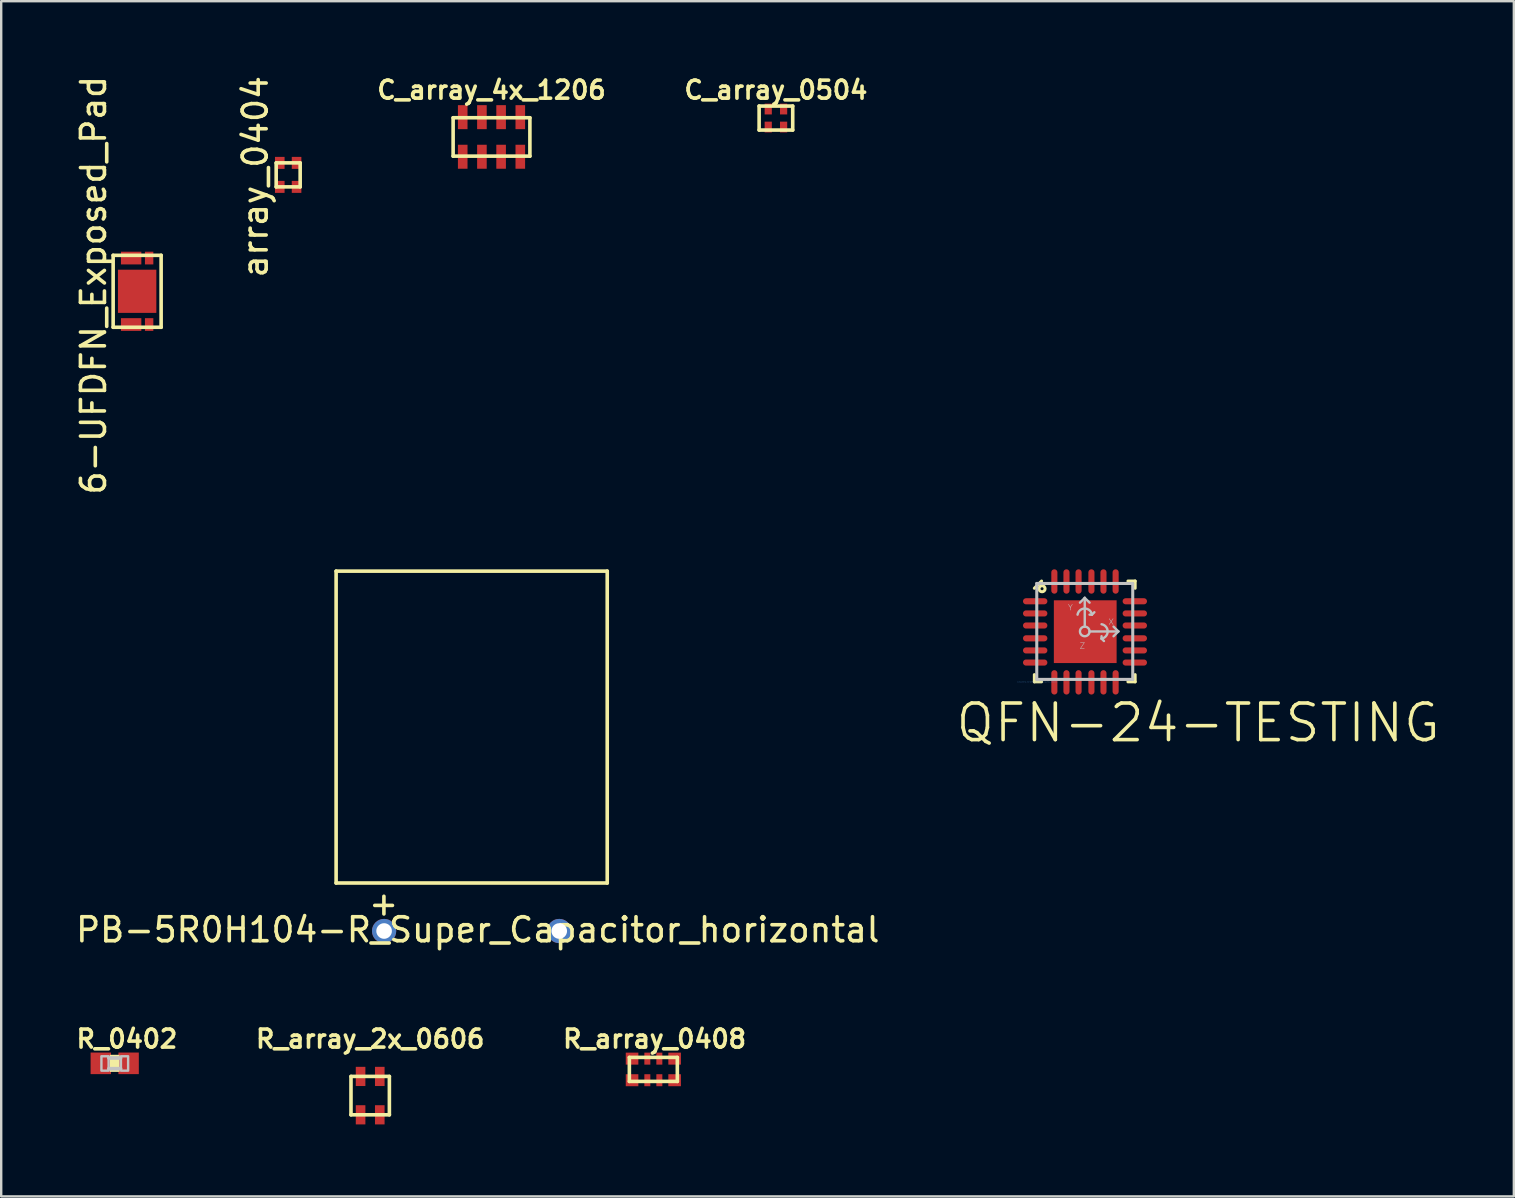
<source format=kicad_pcb>
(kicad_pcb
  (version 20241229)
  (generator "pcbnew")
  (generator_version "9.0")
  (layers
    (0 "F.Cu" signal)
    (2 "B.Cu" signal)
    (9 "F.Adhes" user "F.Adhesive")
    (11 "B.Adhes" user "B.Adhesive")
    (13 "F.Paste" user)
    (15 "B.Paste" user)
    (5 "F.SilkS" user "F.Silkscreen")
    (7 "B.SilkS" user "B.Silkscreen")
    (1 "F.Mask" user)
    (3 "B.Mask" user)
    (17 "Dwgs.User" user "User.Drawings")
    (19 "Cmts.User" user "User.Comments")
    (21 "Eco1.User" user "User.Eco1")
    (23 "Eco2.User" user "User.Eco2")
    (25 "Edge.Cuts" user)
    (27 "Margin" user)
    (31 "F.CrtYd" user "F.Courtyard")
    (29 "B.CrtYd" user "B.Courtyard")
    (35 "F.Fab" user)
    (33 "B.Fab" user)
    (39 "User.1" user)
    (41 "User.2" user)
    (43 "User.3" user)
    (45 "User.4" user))
  (footprint "C_array_4x_1206"
    (layer "F.Cu")
    (at 17.436 2.658)
    (property "Reference" "C_array_4x_1206" (at 0 -1.956 0) (layer "F.SilkS") (effects (font (size 0.75 0.75) (thickness 0.15))))
    (attr through_hole)
    (fp_line (start -1.6 -0.8) (end -1.6 0.8) (stroke (width 0.15) (type solid)) (layer "F.SilkS"))
    (fp_line (start -1.6 -0.8) (end 1.6 -0.8) (stroke (width 0.15) (type solid)) (layer "F.SilkS"))
    (fp_line (start 1.6 -0.8) (end 1.6 0.8) (stroke (width 0.15) (type solid)) (layer "F.SilkS"))
    (fp_line (start 1.6 0.8) (end -1.6 0.8) (stroke (width 0.15) (type solid)) (layer "F.SilkS"))
    (pad "1" smd rect (at -1.2 -0.825) (size 0.4 1) (layers "F.Cu" "F.Mask" "F.Paste"))
    (pad "2" smd rect (at -1.2 0.825) (size 0.4 1) (layers "F.Cu" "F.Mask" "F.Paste"))
    (pad "3" smd rect (at -0.4 -0.825) (size 0.4 1) (layers "F.Cu" "F.Mask" "F.Paste"))
    (pad "4" smd rect (at -0.4 0.825) (size 0.4 1) (layers "F.Cu" "F.Mask" "F.Paste"))
    (pad "5" smd rect (at 0.4 -0.825) (size 0.4 1) (layers "F.Cu" "F.Mask" "F.Paste"))
    (pad "6" smd rect (at 0.4 0.825) (size 0.4 1) (layers "F.Cu" "F.Mask" "F.Paste"))
    (pad "7" smd rect (at 1.2 -0.825) (size 0.4 1) (layers "F.Cu" "F.Mask" "F.Paste"))
    (pad "8" smd rect (at 1.2 0.825) (size 0.4 1) (layers "F.Cu" "F.Mask" "F.Paste")))
  (footprint "PB-5R0H104-R_Super_Capacitor_horizontal"
    (layer "F.Cu")
    (at 16.609 35.754)
    (property "Reference" "PB-5R0H104-R_Super_Capacitor_horizontal" (at 0.254 -0.051 0) (layer "F.SilkS") (effects (font (size 1 1) (thickness 0.15))))
    (attr through_hole)
    (fp_line (start -5.65 -15) (end 5.65 -15) (stroke (width 0.15) (type solid)) (layer "F.SilkS"))
    (fp_line (start -5.65 -2) (end -5.65 -15) (stroke (width 0.15) (type solid)) (layer "F.SilkS"))
    (fp_line (start -4.039 -1.067) (end -3.302 -1.067) (stroke (width 0.15) (type solid)) (layer "F.SilkS"))
    (fp_line (start -3.658 -0.711) (end -3.658 -1.448) (stroke (width 0.15) (type solid)) (layer "F.SilkS"))
    (fp_line (start 5.65 -15) (end 5.65 -2) (stroke (width 0.15) (type solid)) (layer "F.SilkS"))
    (fp_line (start 5.65 -2) (end -5.65 -2) (stroke (width 0.15) (type solid)) (layer "F.SilkS"))
    (pad "1" thru_hole circle (at -3.65 0) (size 1.01 1.01) (drill 0.65) (layers "*.Cu" "*.Mask"))
    (pad "2" thru_hole circle (at 3.65 0) (size 1.01 1.01) (drill 0.65) (layers "*.Cu" "*.Mask")))
  (footprint "C_array_0504"
    (layer "F.Cu")
    (at 29.29 1.87)
    (property "Reference" "C_array_0504" (at 0 -1.168 0) (layer "F.SilkS") (effects (font (size 0.75 0.75) (thickness 0.15))))
    (attr through_hole)
    (fp_line (start -0.7 -0.5) (end -0.7 0.5) (stroke (width 0.15) (type solid)) (layer "F.SilkS"))
    (fp_line (start -0.7 -0.5) (end 0.7 -0.5) (stroke (width 0.15) (type solid)) (layer "F.SilkS"))
    (fp_line (start -0.7 0.5) (end 0.7 0.5) (stroke (width 0.15) (type solid)) (layer "F.SilkS"))
    (fp_line (start 0.7 -0.5) (end 0.7 0.5) (stroke (width 0.15) (type solid)) (layer "F.SilkS"))
    (pad "1" smd rect (at -0.32 -0.375) (size 0.3 0.45) (layers "F.Cu" "F.Mask" "F.Paste"))
    (pad "2" smd rect (at -0.32 0.375) (size 0.3 0.45) (layers "F.Cu" "F.Mask" "F.Paste"))
    (pad "3" smd rect (at 0.32 -0.375) (size 0.3 0.45) (layers "F.Cu" "F.Mask" "F.Paste"))
    (pad "4" smd rect (at 0.32 0.375) (size 0.3 0.45) (layers "F.Cu" "F.Mask" "F.Paste")))
  (footprint "R_array_2x_0606"
    (layer "F.Cu")
    (at 12.379 42.615)
    (property "Reference" "R_array_2x_0606" (at 0 -2.362 0) (layer "F.SilkS") (effects (font (size 0.75 0.75) (thickness 0.15))))
    (attr through_hole)
    (fp_line (start -0.8 -0.8) (end -0.8 0.8) (stroke (width 0.15) (type solid)) (layer "F.SilkS"))
    (fp_line (start -0.8 -0.8) (end 0.8 -0.8) (stroke (width 0.15) (type solid)) (layer "F.SilkS"))
    (fp_line (start -0.8 0.8) (end 0.8 0.8) (stroke (width 0.15) (type solid)) (layer "F.SilkS"))
    (fp_line (start 0.8 -0.8) (end 0.8 0.8) (stroke (width 0.15) (type solid)) (layer "F.SilkS"))
    (pad "1" smd rect (at -0.4 -0.8) (size 0.4 0.8) (layers "F.Cu" "F.Mask" "F.Paste"))
    (pad "2" smd rect (at -0.4 0.8) (size 0.4 0.8) (layers "F.Cu" "F.Mask" "F.Paste"))
    (pad "3" smd rect (at 0.4 -0.8) (size 0.4 0.8) (layers "F.Cu" "F.Mask" "F.Paste"))
    (pad "4" smd rect (at 0.4 0.8) (size 0.4 0.8) (layers "F.Cu" "F.Mask" "F.Paste")))
  (footprint "R_array_0408"
    (layer "F.Cu")
    (at 24.181 41.523)
    (property "Reference" "R_array_0408" (at 0.051 -1.27 0) (layer "F.SilkS") (effects (font (size 0.75 0.75) (thickness 0.15))))
    (attr through_hole)
    (fp_line (start -1 -0.5) (end -1 0.5) (stroke (width 0.15) (type solid)) (layer "F.SilkS"))
    (fp_line (start -1 -0.5) (end 1 -0.5) (stroke (width 0.15) (type solid)) (layer "F.SilkS"))
    (fp_line (start -1 0.5) (end 1 0.5) (stroke (width 0.15) (type solid)) (layer "F.SilkS"))
    (fp_line (start 1 -0.5) (end 1 0.5) (stroke (width 0.15) (type solid)) (layer "F.SilkS"))
    (pad "1" smd rect (at -0.887 -0.45) (size 0.525 0.5) (layers "F.Cu" "F.Mask" "F.Paste"))
    (pad "2" smd rect (at -0.887 0.45) (size 0.525 0.5) (layers "F.Cu" "F.Mask" "F.Paste"))
    (pad "3" smd rect (at -0.25 -0.45) (size 0.25 0.5) (layers "F.Cu" "F.Mask" "F.Paste"))
    (pad "4" smd rect (at -0.25 0.45) (size 0.25 0.5) (layers "F.Cu" "F.Mask" "F.Paste"))
    (pad "5" smd rect (at 0.25 -0.45) (size 0.25 0.5) (layers "F.Cu" "F.Mask" "F.Paste"))
    (pad "6" smd rect (at 0.25 0.45) (size 0.25 0.5) (layers "F.Cu" "F.Mask" "F.Paste"))
    (pad "7" smd rect (at 0.887 -0.45) (size 0.525 0.5) (layers "F.Cu" "F.Mask" "F.Paste"))
    (pad "8" smd rect (at 0.887 0.45) (size 0.525 0.5) (layers "F.Cu" "F.Mask" "F.Paste")))
  (footprint "array_0404"
    (layer "F.Cu")
    (at 8.961 4.239)
    (property "Reference" "array_0404" (at -1.372 0.076 90) (layer "F.SilkS") (effects (font (size 1 1) (thickness 0.15))))
    (attr through_hole)
    (fp_line (start -0.5 -0.5) (end -0.5 0.5) (stroke (width 0.15) (type solid)) (layer "F.SilkS"))
    (fp_line (start -0.5 -0.5) (end 0.5 -0.5) (stroke (width 0.15) (type solid)) (layer "F.SilkS"))
    (fp_line (start 0.5 -0.5) (end 0.5 0.5) (stroke (width 0.15) (type solid)) (layer "F.SilkS"))
    (fp_line (start 0.5 0.5) (end -0.5 0.5) (stroke (width 0.15) (type solid)) (layer "F.SilkS"))
    (pad "1" smd rect (at -0.35 -0.5) (size 0.4 0.5) (layers "F.Cu" "F.Mask" "F.Paste"))
    (pad "2" smd rect (at -0.35 0.5) (size 0.4 0.5) (layers "F.Cu" "F.Mask" "F.Paste"))
    (pad "3" smd rect (at 0.35 -0.5) (size 0.4 0.5) (layers "F.Cu" "F.Mask" "F.Paste"))
    (pad "4" smd rect (at 0.35 0.5) (size 0.4 0.5) (layers "F.Cu" "F.Mask" "F.Paste")))
  (footprint "R_0402"
    (layer "F.Cu")
    (at 1.731 41.269)
    (property "Reference" "R_0402" (at 0.508 -1.016 0) (layer "F.SilkS") (effects (font (size 0.75 0.75) (thickness 0.15))))
    (attr through_hole)
    (fp_poly (pts (xy -0.203 0.356) (xy 0.203 0.356) (xy 0.203 -0.356) (xy -0.203 -0.356)) (stroke (width 0) (type solid)) (fill yes) (layer "F.SilkS"))
    (fp_poly (pts (xy -0.2 0.3) (xy 0.2 0.3) (xy 0.2 -0.3) (xy -0.2 -0.3)) (stroke (width 0) (type solid)) (fill yes) (layer "F.Adhes"))
    (fp_line (start -0.245 -0.224) (end 0.245 -0.224) (stroke (width 0.152) (type solid)) (layer "Dwgs.User"))
    (fp_line (start 0.245 0.224) (end -0.245 0.224) (stroke (width 0.152) (type solid)) (layer "Dwgs.User"))
    (fp_poly (pts (xy -0.554 0.305) (xy -0.254 0.305) (xy -0.254 -0.295) (xy -0.554 -0.295)) (stroke (width 0.1) (type solid)) (fill no) (layer "Dwgs.User"))
    (fp_poly (pts (xy 0.259 0.305) (xy 0.559 0.305) (xy 0.559 -0.295) (xy 0.259 -0.295)) (stroke (width 0.1) (type solid)) (fill no) (layer "Dwgs.User"))
    (pad "1" smd rect (at -0.58 0) (size 0.85 0.9) (layers "F.Cu" "F.Mask" "F.Paste"))
    (pad "2" smd rect (at 0.58 0) (size 0.85 0.9) (layers "F.Cu" "F.Mask" "F.Paste")))
  (footprint "QFN-24-TESTING"
    (layer "F.Cu")
    (at 42.162 23.268)
    (property "Reference" "QFN-24-TESTING" (at 4.724 3.81 0) (layer "F.SilkS") (effects (font (size 1.524 1.524) (thickness 0.15))))
    (attr through_hole)
    (fp_line (start -2.1 -1.8) (end -1.8 -2.1) (stroke (width 0.127) (type solid)) (layer "F.SilkS"))
    (fp_line (start -2.1 2.1) (end -2.1 1.8) (stroke (width 0.127) (type solid)) (layer "F.SilkS"))
    (fp_line (start -1.8 2.1) (end -2.1 2.1) (stroke (width 0.127) (type solid)) (layer "F.SilkS"))
    (fp_line (start 1.8 -2.1) (end 2.1 -2.1) (stroke (width 0.127) (type solid)) (layer "F.SilkS"))
    (fp_line (start 1.8 2.1) (end 2.1 2.1) (stroke (width 0.127) (type solid)) (layer "F.SilkS"))
    (fp_line (start 2.1 -2.1) (end 2.1 -1.8) (stroke (width 0.127) (type solid)) (layer "F.SilkS"))
    (fp_line (start 2.1 2.1) (end 2.1 1.8) (stroke (width 0.127) (type solid)) (layer "F.SilkS"))
    (fp_circle (center -1.78 -1.78) (end -1.717 -1.78) (stroke (width 0.127) (type solid)) (fill no) (layer "F.SilkS"))
    (fp_poly (pts (xy -0.838 -0.33) (xy -0.356 -0.33) (xy -0.356 -0.813) (xy -0.838 -0.813)) (stroke (width 0) (type solid)) (fill yes) (layer "F.Paste"))
    (fp_poly (pts (xy -0.826 0.876) (xy -0.343 0.876) (xy -0.343 0.394) (xy -0.826 0.394)) (stroke (width 0) (type solid)) (fill yes) (layer "F.Paste"))
    (fp_poly (pts (xy 0.394 0.876) (xy 0.876 0.876) (xy 0.876 0.394) (xy 0.394 0.394)) (stroke (width 0) (type solid)) (fill yes) (layer "F.Paste"))
    (fp_poly (pts (xy 0.432 -0.33) (xy 0.914 -0.33) (xy 0.914 -0.813) (xy 0.432 -0.813)) (stroke (width 0) (type solid)) (fill yes) (layer "F.Paste"))
    (fp_line (start -2 -2) (end 2 -2) (stroke (width 0.127) (type solid)) (layer "Dwgs.User"))
    (fp_line (start -2 2) (end -2 -2) (stroke (width 0.127) (type solid)) (layer "Dwgs.User"))
    (fp_line (start -0.2 -1.2) (end 0 -1.4) (stroke (width 0.1) (type solid)) (layer "Dwgs.User"))
    (fp_line (start 0 -1.4) (end 0.2 -1.2) (stroke (width 0.1) (type solid)) (layer "Dwgs.User"))
    (fp_line (start 0 -0.2) (end 0 -1.4) (stroke (width 0.1) (type solid)) (layer "Dwgs.User"))
    (fp_line (start 0.2 0) (end 1.4 0) (stroke (width 0.1) (type solid)) (layer "Dwgs.User"))
    (fp_line (start 0.3 -0.7) (end 0.2 -0.7) (stroke (width 0.1) (type solid)) (layer "Dwgs.User"))
    (fp_line (start 0.4 -0.8) (end 0.3 -0.7) (stroke (width 0.1) (type solid)) (layer "Dwgs.User"))
    (fp_line (start 0.7 0.3) (end 0.7 0.2) (stroke (width 0.1) (type solid)) (layer "Dwgs.User"))
    (fp_line (start 0.8 0.4) (end 0.7 0.3) (stroke (width 0.1) (type solid)) (layer "Dwgs.User"))
    (fp_line (start 1.2 -0.2) (end 1.4 0) (stroke (width 0.1) (type solid)) (layer "Dwgs.User"))
    (fp_line (start 1.4 0) (end 1.2 0.2) (stroke (width 0.1) (type solid)) (layer "Dwgs.User"))
    (fp_line (start 2 -2) (end 2 2) (stroke (width 0.127) (type solid)) (layer "Dwgs.User"))
    (fp_line (start 2 2) (end -2 2) (stroke (width 0.127) (type solid)) (layer "Dwgs.User"))
    (fp_arc (start -0.3 -0.7) (mid 0 -0.954138) (end 0.3 -0.7) (stroke (width 0.1) (type solid)) (layer "Dwgs.User"))
    (fp_arc (start 0.7 -0.3) (mid 0.954138 0) (end 0.7 0.3) (stroke (width 0.1) (type solid)) (layer "Dwgs.User"))
    (fp_circle (center 0 0) (end 0.2 0) (stroke (width 0.1) (type solid)) (fill no) (layer "Dwgs.User"))
    (fp_text user "X" (at 1.1 -0.4 0) (layer "Dwgs.User") (effects (font (size 0.241 0.241) (thickness 0.02))))
    (fp_text user "Y" (at -0.6 -1 0) (layer "Dwgs.User") (effects (font (size 0.241 0.241) (thickness 0.02))))
    (fp_text user "Z" (at -0.1 0.6 0) (layer "Dwgs.User") (effects (font (size 0.241 0.241) (thickness 0.02))))
    (fp_text user "C:/Documents and Settings/jbartlett/Desktop/mpu-6050.bmp" (at -1.983 2.105 0) (layer "Cmts.User") (effects (font (size 0.035 0.035) (thickness 0.003))))
    (pad "1" smd oval (at -2.066 -1.257 180) (size 1.016 0.254) (layers "F.Cu" "F.Mask" "F.Paste"))
    (pad "2" smd oval (at -2.066 -0.75 180) (size 1.016 0.254) (layers "F.Cu" "F.Mask" "F.Paste"))
    (pad "3" smd oval (at -2.066 -0.247 180) (size 1.016 0.254) (layers "F.Cu" "F.Mask" "F.Paste"))
    (pad "4" smd oval (at -2.066 0.287 180) (size 1.016 0.254) (layers "F.Cu" "F.Mask" "F.Paste"))
    (pad "5" smd oval (at -2.066 0.792 180) (size 1.016 0.254) (layers "F.Cu" "F.Mask" "F.Paste"))
    (pad "6" smd oval (at -2.066 1.297 180) (size 1.016 0.254) (layers "F.Cu" "F.Mask" "F.Paste"))
    (pad "7" smd oval (at -1.267 2.122 90) (size 1.016 0.254) (layers "F.Cu" "F.Mask" "F.Paste"))
    (pad "8" smd oval (at -0.762 2.122 90) (size 1.016 0.254) (layers "F.Cu" "F.Mask" "F.Paste"))
    (pad "9" smd oval (at -0.258 2.122 90) (size 1.016 0.254) (layers "F.Cu" "F.Mask" "F.Paste"))
    (pad "10" smd oval (at 0.278 2.122 90) (size 1.016 0.254) (layers "F.Cu" "F.Mask" "F.Paste"))
    (pad "11" smd oval (at 0.78 2.122 90) (size 1.016 0.254) (layers "F.Cu" "F.Mask" "F.Paste"))
    (pad "12" smd oval (at 1.287 2.122 90) (size 1.016 0.254) (layers "F.Cu" "F.Mask" "F.Paste"))
    (pad "13" smd oval (at 2.086 1.297 180) (size 1.016 0.254) (layers "F.Cu" "F.Mask" "F.Paste"))
    (pad "14" smd oval (at 2.086 0.792 180) (size 1.016 0.254) (layers "F.Cu" "F.Mask" "F.Paste"))
    (pad "15" smd oval (at 2.086 0.287 180) (size 1.016 0.254) (layers "F.Cu" "F.Mask" "F.Paste"))
    (pad "16" smd oval (at 2.086 -0.247 180) (size 1.016 0.254) (layers "F.Cu" "F.Mask" "F.Paste"))
    (pad "17" smd oval (at 2.086 -0.75 180) (size 1.016 0.254) (layers "F.Cu" "F.Mask" "F.Paste"))
    (pad "18" smd oval (at 2.086 -1.257 180) (size 1.016 0.254) (layers "F.Cu" "F.Mask" "F.Paste"))
    (pad "19" smd oval (at 1.287 -2.082 90) (size 1.016 0.254) (layers "F.Cu" "F.Mask" "F.Paste"))
    (pad "20" smd oval (at 0.78 -2.082 90) (size 1.016 0.254) (layers "F.Cu" "F.Mask" "F.Paste"))
    (pad "21" smd oval (at 0.278 -2.082 90) (size 1.016 0.254) (layers "F.Cu" "F.Mask" "F.Paste"))
    (pad "22" smd oval (at -0.258 -2.082 90) (size 1.016 0.254) (layers "F.Cu" "F.Mask" "F.Paste"))
    (pad "23" smd oval (at -0.762 -2.082 90) (size 1.016 0.254) (layers "F.Cu" "F.Mask" "F.Paste"))
    (pad "24" smd oval (at -1.267 -2.082 90) (size 1.016 0.254) (layers "F.Cu" "F.Mask" "F.Paste"))
    (pad "P$1" smd rect (at 0.02 0.01) (size 2.616 2.616) (layers "F.Cu" "F.Mask" "F.Paste")))
  (footprint "6-UFDFN_Exposed_Pad"
    (layer "F.Cu")
    (at 1.991 10.211)
    (property "Reference" "6-UFDFN_Exposed_Pad" (at -1.143 -1.372 90) (layer "F.SilkS") (effects (font (size 1 1) (thickness 0.15))))
    (attr through_hole)
    (fp_line (start -0.325 -2.62) (end -0.325 0.38) (stroke (width 0.15) (type solid)) (layer "F.SilkS"))
    (fp_line (start -0.325 -2.62) (end 1.675 -2.62) (stroke (width 0.15) (type solid)) (layer "F.SilkS"))
    (fp_line (start -0.325 0.38) (end 1.675 0.38) (stroke (width 0.15) (type solid)) (layer "F.SilkS"))
    (fp_line (start 1.675 -2.62) (end 1.675 0.38) (stroke (width 0.15) (type solid)) (layer "F.SilkS"))
    (pad "1" smd rect (at 1.175 -2.505) (size 0.35 0.53) (layers "F.Cu" "F.Mask" "F.Paste"))
    (pad "2" smd rect (at 0.425 -2.505) (size 0.85 0.53) (layers "F.Cu" "F.Mask" "F.Paste"))
    (pad "3" smd rect (at 0.675 -1.12) (size 1.6 1.8) (layers "F.Cu" "F.Mask" "F.Paste"))
    (pad "4" smd rect (at 1.175 0.265) (size 0.35 0.53) (layers "F.Cu" "F.Mask" "F.Paste"))
    (pad "5" smd rect (at 0 0) (size 0.85 0.53) (drill (offset 0.425 0.265)) (layers "F.Cu" "F.Mask" "F.Paste")))
  (gr_rect
    (start -3 -3)
    (end 60.046 46.815)
    (stroke (width 0.1) (type default))
    (fill no)
    (layer "Edge.Cuts")))
</source>
